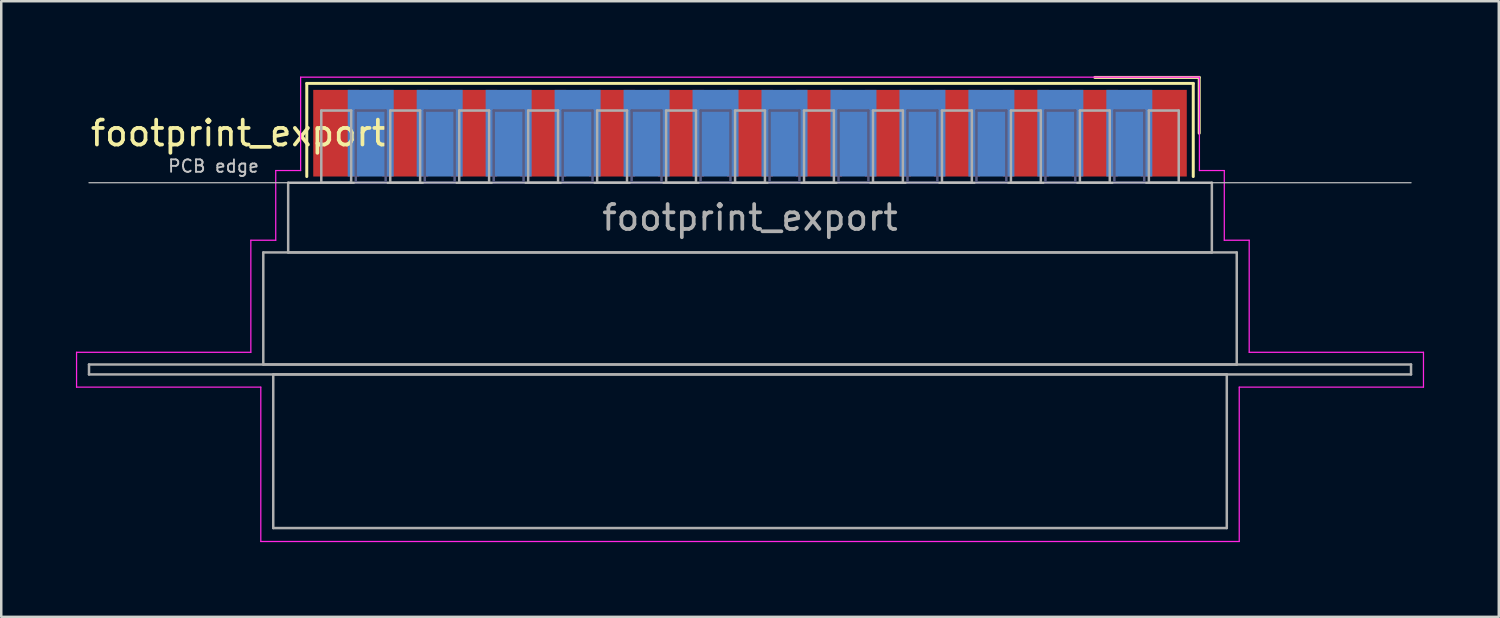
<source format=kicad_pcb>
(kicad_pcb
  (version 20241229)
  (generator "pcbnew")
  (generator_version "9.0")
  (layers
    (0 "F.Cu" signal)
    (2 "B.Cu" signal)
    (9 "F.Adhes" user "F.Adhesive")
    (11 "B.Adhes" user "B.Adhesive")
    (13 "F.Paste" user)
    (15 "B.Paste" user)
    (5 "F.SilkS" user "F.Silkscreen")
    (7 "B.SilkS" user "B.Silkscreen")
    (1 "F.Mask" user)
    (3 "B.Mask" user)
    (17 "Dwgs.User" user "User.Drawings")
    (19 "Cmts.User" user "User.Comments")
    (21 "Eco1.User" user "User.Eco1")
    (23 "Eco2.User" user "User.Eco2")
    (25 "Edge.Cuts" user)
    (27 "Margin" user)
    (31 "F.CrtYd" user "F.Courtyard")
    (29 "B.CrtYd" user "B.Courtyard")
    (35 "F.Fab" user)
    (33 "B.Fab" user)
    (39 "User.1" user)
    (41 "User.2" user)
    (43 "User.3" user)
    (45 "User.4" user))
  (footprint "footprint_export"
    (layer "F.Cu")
    (at 27.075 2.3)
    (property "Reference" "footprint_export" (at -20.543 0 0) (layer "F.SilkS") (effects (font (size 1 1) (thickness 0.15))))
    (attr smd)
    (fp_line (start -17.803 -2) (end -17.803 1.74) (stroke (width 0.12) (type solid)) (layer "F.SilkS"))
    (fp_line (start 17.803 -2) (end -17.803 -2) (stroke (width 0.12) (type solid)) (layer "F.SilkS"))
    (fp_line (start 17.803 1.74) (end 17.803 -2) (stroke (width 0.12) (type solid)) (layer "F.SilkS"))
    (fp_line (start 18.043 -2.24) (end 13.85 -2.24) (stroke (width 0.12) (type solid)) (layer "F.SilkS"))
    (fp_line (start 18.043 0) (end 18.043 -2.24) (stroke (width 0.12) (type solid)) (layer "F.SilkS"))
    (fp_line (start -26.55 1.99) (end 26.55 1.99) (stroke (width 0.05) (type solid)) (layer "Dwgs.User"))
    (fp_line (start -27.05 8.8) (end -20.05 8.8) (stroke (width 0.05) (type solid)) (layer "F.CrtYd"))
    (fp_line (start -27.05 10.2) (end -27.05 8.8) (stroke (width 0.05) (type solid)) (layer "F.CrtYd"))
    (fp_line (start -20.05 4.3) (end -19.05 4.3) (stroke (width 0.05) (type solid)) (layer "F.CrtYd"))
    (fp_line (start -20.05 8.8) (end -20.05 4.3) (stroke (width 0.05) (type solid)) (layer "F.CrtYd"))
    (fp_line (start -19.65 10.2) (end -27.05 10.2) (stroke (width 0.05) (type solid)) (layer "F.CrtYd"))
    (fp_line (start -19.65 16.4) (end -19.65 10.2) (stroke (width 0.05) (type solid)) (layer "F.CrtYd"))
    (fp_line (start -19.05 1.5) (end -18.05 1.5) (stroke (width 0.05) (type solid)) (layer "F.CrtYd"))
    (fp_line (start -19.05 4.3) (end -19.05 1.5) (stroke (width 0.05) (type solid)) (layer "F.CrtYd"))
    (fp_line (start -18.05 -2.25) (end 18.05 -2.25) (stroke (width 0.05) (type solid)) (layer "F.CrtYd"))
    (fp_line (start -18.05 1.5) (end -18.05 -2.25) (stroke (width 0.05) (type solid)) (layer "F.CrtYd"))
    (fp_line (start 18.05 -2.25) (end 18.05 1.5) (stroke (width 0.05) (type solid)) (layer "F.CrtYd"))
    (fp_line (start 18.05 1.5) (end 19.05 1.5) (stroke (width 0.05) (type solid)) (layer "F.CrtYd"))
    (fp_line (start 19.05 1.5) (end 19.05 4.3) (stroke (width 0.05) (type solid)) (layer "F.CrtYd"))
    (fp_line (start 19.05 4.3) (end 20.05 4.3) (stroke (width 0.05) (type solid)) (layer "F.CrtYd"))
    (fp_line (start 19.65 10.2) (end 19.65 16.4) (stroke (width 0.05) (type solid)) (layer "F.CrtYd"))
    (fp_line (start 19.65 16.4) (end -19.65 16.4) (stroke (width 0.05) (type solid)) (layer "F.CrtYd"))
    (fp_line (start 20.05 4.3) (end 20.05 8.8) (stroke (width 0.05) (type solid)) (layer "F.CrtYd"))
    (fp_line (start 20.05 8.8) (end 27.05 8.8) (stroke (width 0.05) (type solid)) (layer "F.CrtYd"))
    (fp_line (start 27.05 8.8) (end 27.05 10.2) (stroke (width 0.05) (type solid)) (layer "F.CrtYd"))
    (fp_line (start 27.05 10.2) (end 19.65 10.2) (stroke (width 0.05) (type solid)) (layer "F.CrtYd"))
    (fp_line (start -15.835 -0.91) (end -15.835 1.99) (stroke (width 0.1) (type solid)) (layer "B.Fab"))
    (fp_line (start -15.835 1.99) (end -14.635 1.99) (stroke (width 0.1) (type solid)) (layer "B.Fab"))
    (fp_line (start -14.635 -0.91) (end -15.835 -0.91) (stroke (width 0.1) (type solid)) (layer "B.Fab"))
    (fp_line (start -14.635 1.99) (end -14.635 -0.91) (stroke (width 0.1) (type solid)) (layer "B.Fab"))
    (fp_line (start -13.065 -0.91) (end -13.065 1.99) (stroke (width 0.1) (type solid)) (layer "B.Fab"))
    (fp_line (start -13.065 1.99) (end -11.865 1.99) (stroke (width 0.1) (type solid)) (layer "B.Fab"))
    (fp_line (start -11.865 -0.91) (end -13.065 -0.91) (stroke (width 0.1) (type solid)) (layer "B.Fab"))
    (fp_line (start -11.865 1.99) (end -11.865 -0.91) (stroke (width 0.1) (type solid)) (layer "B.Fab"))
    (fp_line (start -10.295 -0.91) (end -10.295 1.99) (stroke (width 0.1) (type solid)) (layer "B.Fab"))
    (fp_line (start -10.295 1.99) (end -9.095 1.99) (stroke (width 0.1) (type solid)) (layer "B.Fab"))
    (fp_line (start -9.095 -0.91) (end -10.295 -0.91) (stroke (width 0.1) (type solid)) (layer "B.Fab"))
    (fp_line (start -9.095 1.99) (end -9.095 -0.91) (stroke (width 0.1) (type solid)) (layer "B.Fab"))
    (fp_line (start -7.525 -0.91) (end -7.525 1.99) (stroke (width 0.1) (type solid)) (layer "B.Fab"))
    (fp_line (start -7.525 1.99) (end -6.325 1.99) (stroke (width 0.1) (type solid)) (layer "B.Fab"))
    (fp_line (start -6.325 -0.91) (end -7.525 -0.91) (stroke (width 0.1) (type solid)) (layer "B.Fab"))
    (fp_line (start -6.325 1.99) (end -6.325 -0.91) (stroke (width 0.1) (type solid)) (layer "B.Fab"))
    (fp_line (start -4.755 -0.91) (end -4.755 1.99) (stroke (width 0.1) (type solid)) (layer "B.Fab"))
    (fp_line (start -4.755 1.99) (end -3.555 1.99) (stroke (width 0.1) (type solid)) (layer "B.Fab"))
    (fp_line (start -3.555 -0.91) (end -4.755 -0.91) (stroke (width 0.1) (type solid)) (layer "B.Fab"))
    (fp_line (start -3.555 1.99) (end -3.555 -0.91) (stroke (width 0.1) (type solid)) (layer "B.Fab"))
    (fp_line (start -1.985 -0.91) (end -1.985 1.99) (stroke (width 0.1) (type solid)) (layer "B.Fab"))
    (fp_line (start -1.985 1.99) (end -0.785 1.99) (stroke (width 0.1) (type solid)) (layer "B.Fab"))
    (fp_line (start -0.785 -0.91) (end -1.985 -0.91) (stroke (width 0.1) (type solid)) (layer "B.Fab"))
    (fp_line (start -0.785 1.99) (end -0.785 -0.91) (stroke (width 0.1) (type solid)) (layer "B.Fab"))
    (fp_line (start 0.785 -0.91) (end 0.785 1.99) (stroke (width 0.1) (type solid)) (layer "B.Fab"))
    (fp_line (start 0.785 1.99) (end 1.985 1.99) (stroke (width 0.1) (type solid)) (layer "B.Fab"))
    (fp_line (start 1.985 -0.91) (end 0.785 -0.91) (stroke (width 0.1) (type solid)) (layer "B.Fab"))
    (fp_line (start 1.985 1.99) (end 1.985 -0.91) (stroke (width 0.1) (type solid)) (layer "B.Fab"))
    (fp_line (start 3.555 -0.91) (end 3.555 1.99) (stroke (width 0.1) (type solid)) (layer "B.Fab"))
    (fp_line (start 3.555 1.99) (end 4.755 1.99) (stroke (width 0.1) (type solid)) (layer "B.Fab"))
    (fp_line (start 4.755 -0.91) (end 3.555 -0.91) (stroke (width 0.1) (type solid)) (layer "B.Fab"))
    (fp_line (start 4.755 1.99) (end 4.755 -0.91) (stroke (width 0.1) (type solid)) (layer "B.Fab"))
    (fp_line (start 6.325 -0.91) (end 6.325 1.99) (stroke (width 0.1) (type solid)) (layer "B.Fab"))
    (fp_line (start 6.325 1.99) (end 7.525 1.99) (stroke (width 0.1) (type solid)) (layer "B.Fab"))
    (fp_line (start 7.525 -0.91) (end 6.325 -0.91) (stroke (width 0.1) (type solid)) (layer "B.Fab"))
    (fp_line (start 7.525 1.99) (end 7.525 -0.91) (stroke (width 0.1) (type solid)) (layer "B.Fab"))
    (fp_line (start 9.095 -0.91) (end 9.095 1.99) (stroke (width 0.1) (type solid)) (layer "B.Fab"))
    (fp_line (start 9.095 1.99) (end 10.295 1.99) (stroke (width 0.1) (type solid)) (layer "B.Fab"))
    (fp_line (start 10.295 -0.91) (end 9.095 -0.91) (stroke (width 0.1) (type solid)) (layer "B.Fab"))
    (fp_line (start 10.295 1.99) (end 10.295 -0.91) (stroke (width 0.1) (type solid)) (layer "B.Fab"))
    (fp_line (start 11.865 -0.91) (end 11.865 1.99) (stroke (width 0.1) (type solid)) (layer "B.Fab"))
    (fp_line (start 11.865 1.99) (end 13.065 1.99) (stroke (width 0.1) (type solid)) (layer "B.Fab"))
    (fp_line (start 13.065 -0.91) (end 11.865 -0.91) (stroke (width 0.1) (type solid)) (layer "B.Fab"))
    (fp_line (start 13.065 1.99) (end 13.065 -0.91) (stroke (width 0.1) (type solid)) (layer "B.Fab"))
    (fp_line (start 14.635 -0.91) (end 14.635 1.99) (stroke (width 0.1) (type solid)) (layer "B.Fab"))
    (fp_line (start 14.635 1.99) (end 15.835 1.99) (stroke (width 0.1) (type solid)) (layer "B.Fab"))
    (fp_line (start 15.835 -0.91) (end 14.635 -0.91) (stroke (width 0.1) (type solid)) (layer "B.Fab"))
    (fp_line (start 15.835 1.99) (end 15.835 -0.91) (stroke (width 0.1) (type solid)) (layer "B.Fab"))
    (fp_line (start -26.55 9.29) (end -26.55 9.69) (stroke (width 0.1) (type solid)) (layer "F.Fab"))
    (fp_line (start -26.55 9.69) (end 26.55 9.69) (stroke (width 0.1) (type solid)) (layer "F.Fab"))
    (fp_line (start -19.55 4.79) (end -19.55 9.29) (stroke (width 0.1) (type solid)) (layer "F.Fab"))
    (fp_line (start -19.55 9.29) (end 19.55 9.29) (stroke (width 0.1) (type solid)) (layer "F.Fab"))
    (fp_line (start -19.15 9.69) (end -19.15 15.86) (stroke (width 0.1) (type solid)) (layer "F.Fab"))
    (fp_line (start -19.15 15.86) (end 19.15 15.86) (stroke (width 0.1) (type solid)) (layer "F.Fab"))
    (fp_line (start -18.55 1.99) (end -18.55 4.79) (stroke (width 0.1) (type solid)) (layer "F.Fab"))
    (fp_line (start -18.55 4.79) (end 18.55 4.79) (stroke (width 0.1) (type solid)) (layer "F.Fab"))
    (fp_line (start -17.22 -0.91) (end -17.22 1.99) (stroke (width 0.1) (type solid)) (layer "F.Fab"))
    (fp_line (start -17.22 1.99) (end -16.02 1.99) (stroke (width 0.1) (type solid)) (layer "F.Fab"))
    (fp_line (start -16.02 -0.91) (end -17.22 -0.91) (stroke (width 0.1) (type solid)) (layer "F.Fab"))
    (fp_line (start -16.02 1.99) (end -16.02 -0.91) (stroke (width 0.1) (type solid)) (layer "F.Fab"))
    (fp_line (start -14.45 -0.91) (end -14.45 1.99) (stroke (width 0.1) (type solid)) (layer "F.Fab"))
    (fp_line (start -14.45 1.99) (end -13.25 1.99) (stroke (width 0.1) (type solid)) (layer "F.Fab"))
    (fp_line (start -13.25 -0.91) (end -14.45 -0.91) (stroke (width 0.1) (type solid)) (layer "F.Fab"))
    (fp_line (start -13.25 1.99) (end -13.25 -0.91) (stroke (width 0.1) (type solid)) (layer "F.Fab"))
    (fp_line (start -11.68 -0.91) (end -11.68 1.99) (stroke (width 0.1) (type solid)) (layer "F.Fab"))
    (fp_line (start -11.68 1.99) (end -10.48 1.99) (stroke (width 0.1) (type solid)) (layer "F.Fab"))
    (fp_line (start -10.48 -0.91) (end -11.68 -0.91) (stroke (width 0.1) (type solid)) (layer "F.Fab"))
    (fp_line (start -10.48 1.99) (end -10.48 -0.91) (stroke (width 0.1) (type solid)) (layer "F.Fab"))
    (fp_line (start -8.91 -0.91) (end -8.91 1.99) (stroke (width 0.1) (type solid)) (layer "F.Fab"))
    (fp_line (start -8.91 1.99) (end -7.71 1.99) (stroke (width 0.1) (type solid)) (layer "F.Fab"))
    (fp_line (start -7.71 -0.91) (end -8.91 -0.91) (stroke (width 0.1) (type solid)) (layer "F.Fab"))
    (fp_line (start -7.71 1.99) (end -7.71 -0.91) (stroke (width 0.1) (type solid)) (layer "F.Fab"))
    (fp_line (start -6.14 -0.91) (end -6.14 1.99) (stroke (width 0.1) (type solid)) (layer "F.Fab"))
    (fp_line (start -6.14 1.99) (end -4.94 1.99) (stroke (width 0.1) (type solid)) (layer "F.Fab"))
    (fp_line (start -4.94 -0.91) (end -6.14 -0.91) (stroke (width 0.1) (type solid)) (layer "F.Fab"))
    (fp_line (start -4.94 1.99) (end -4.94 -0.91) (stroke (width 0.1) (type solid)) (layer "F.Fab"))
    (fp_line (start -3.37 -0.91) (end -3.37 1.99) (stroke (width 0.1) (type solid)) (layer "F.Fab"))
    (fp_line (start -3.37 1.99) (end -2.17 1.99) (stroke (width 0.1) (type solid)) (layer "F.Fab"))
    (fp_line (start -2.17 -0.91) (end -3.37 -0.91) (stroke (width 0.1) (type solid)) (layer "F.Fab"))
    (fp_line (start -2.17 1.99) (end -2.17 -0.91) (stroke (width 0.1) (type solid)) (layer "F.Fab"))
    (fp_line (start -0.6 -0.91) (end -0.6 1.99) (stroke (width 0.1) (type solid)) (layer "F.Fab"))
    (fp_line (start -0.6 1.99) (end 0.6 1.99) (stroke (width 0.1) (type solid)) (layer "F.Fab"))
    (fp_line (start 0.6 -0.91) (end -0.6 -0.91) (stroke (width 0.1) (type solid)) (layer "F.Fab"))
    (fp_line (start 0.6 1.99) (end 0.6 -0.91) (stroke (width 0.1) (type solid)) (layer "F.Fab"))
    (fp_line (start 2.17 -0.91) (end 2.17 1.99) (stroke (width 0.1) (type solid)) (layer "F.Fab"))
    (fp_line (start 2.17 1.99) (end 3.37 1.99) (stroke (width 0.1) (type solid)) (layer "F.Fab"))
    (fp_line (start 3.37 -0.91) (end 2.17 -0.91) (stroke (width 0.1) (type solid)) (layer "F.Fab"))
    (fp_line (start 3.37 1.99) (end 3.37 -0.91) (stroke (width 0.1) (type solid)) (layer "F.Fab"))
    (fp_line (start 4.94 -0.91) (end 4.94 1.99) (stroke (width 0.1) (type solid)) (layer "F.Fab"))
    (fp_line (start 4.94 1.99) (end 6.14 1.99) (stroke (width 0.1) (type solid)) (layer "F.Fab"))
    (fp_line (start 6.14 -0.91) (end 4.94 -0.91) (stroke (width 0.1) (type solid)) (layer "F.Fab"))
    (fp_line (start 6.14 1.99) (end 6.14 -0.91) (stroke (width 0.1) (type solid)) (layer "F.Fab"))
    (fp_line (start 7.71 -0.91) (end 7.71 1.99) (stroke (width 0.1) (type solid)) (layer "F.Fab"))
    (fp_line (start 7.71 1.99) (end 8.91 1.99) (stroke (width 0.1) (type solid)) (layer "F.Fab"))
    (fp_line (start 8.91 -0.91) (end 7.71 -0.91) (stroke (width 0.1) (type solid)) (layer "F.Fab"))
    (fp_line (start 8.91 1.99) (end 8.91 -0.91) (stroke (width 0.1) (type solid)) (layer "F.Fab"))
    (fp_line (start 10.48 -0.91) (end 10.48 1.99) (stroke (width 0.1) (type solid)) (layer "F.Fab"))
    (fp_line (start 10.48 1.99) (end 11.68 1.99) (stroke (width 0.1) (type solid)) (layer "F.Fab"))
    (fp_line (start 11.68 -0.91) (end 10.48 -0.91) (stroke (width 0.1) (type solid)) (layer "F.Fab"))
    (fp_line (start 11.68 1.99) (end 11.68 -0.91) (stroke (width 0.1) (type solid)) (layer "F.Fab"))
    (fp_line (start 13.25 -0.91) (end 13.25 1.99) (stroke (width 0.1) (type solid)) (layer "F.Fab"))
    (fp_line (start 13.25 1.99) (end 14.45 1.99) (stroke (width 0.1) (type solid)) (layer "F.Fab"))
    (fp_line (start 14.45 -0.91) (end 13.25 -0.91) (stroke (width 0.1) (type solid)) (layer "F.Fab"))
    (fp_line (start 14.45 1.99) (end 14.45 -0.91) (stroke (width 0.1) (type solid)) (layer "F.Fab"))
    (fp_line (start 16.02 -0.91) (end 16.02 1.99) (stroke (width 0.1) (type solid)) (layer "F.Fab"))
    (fp_line (start 16.02 1.99) (end 17.22 1.99) (stroke (width 0.1) (type solid)) (layer "F.Fab"))
    (fp_line (start 17.22 -0.91) (end 16.02 -0.91) (stroke (width 0.1) (type solid)) (layer "F.Fab"))
    (fp_line (start 17.22 1.99) (end 17.22 -0.91) (stroke (width 0.1) (type solid)) (layer "F.Fab"))
    (fp_line (start 18.55 1.99) (end -18.55 1.99) (stroke (width 0.1) (type solid)) (layer "F.Fab"))
    (fp_line (start 18.55 4.79) (end 18.55 1.99) (stroke (width 0.1) (type solid)) (layer "F.Fab"))
    (fp_line (start 19.15 9.69) (end -19.15 9.69) (stroke (width 0.1) (type solid)) (layer "F.Fab"))
    (fp_line (start 19.15 15.86) (end 19.15 9.69) (stroke (width 0.1) (type solid)) (layer "F.Fab"))
    (fp_line (start 19.55 4.79) (end -19.55 4.79) (stroke (width 0.1) (type solid)) (layer "F.Fab"))
    (fp_line (start 19.55 9.29) (end 19.55 4.79) (stroke (width 0.1) (type solid)) (layer "F.Fab"))
    (fp_line (start 26.55 9.29) (end -26.55 9.29) (stroke (width 0.1) (type solid)) (layer "F.Fab"))
    (fp_line (start 26.55 9.69) (end 26.55 9.29) (stroke (width 0.1) (type solid)) (layer "F.Fab"))
    (fp_text user "PCB edge" (at -21.55 1.323 0) (layer "Dwgs.User") (effects (font (size 0.5 0.5) (thickness 0.075))))
    (fp_text user "${REFERENCE}" (at 0 3.39 0) (layer "F.Fab") (effects (font (size 1 1) (thickness 0.15))))
    (pad "1" smd rect (at 16.62 0) (size 1.847 3.48) (layers "F.Cu" "F.Mask" "F.Paste"))
    (pad "2" smd rect (at 13.85 0) (size 1.847 3.48) (layers "F.Cu" "F.Mask" "F.Paste"))
    (pad "3" smd rect (at 11.08 0) (size 1.847 3.48) (layers "F.Cu" "F.Mask" "F.Paste"))
    (pad "4" smd rect (at 8.31 0) (size 1.847 3.48) (layers "F.Cu" "F.Mask" "F.Paste"))
    (pad "5" smd rect (at 5.54 0) (size 1.847 3.48) (layers "F.Cu" "F.Mask" "F.Paste"))
    (pad "6" smd rect (at 2.77 0) (size 1.847 3.48) (layers "F.Cu" "F.Mask" "F.Paste"))
    (pad "7" smd rect (at 0 0) (size 1.847 3.48) (layers "F.Cu" "F.Mask" "F.Paste"))
    (pad "8" smd rect (at -2.77 0) (size 1.847 3.48) (layers "F.Cu" "F.Mask" "F.Paste"))
    (pad "9" smd rect (at -5.54 0) (size 1.847 3.48) (layers "F.Cu" "F.Mask" "F.Paste"))
    (pad "10" smd rect (at -8.31 0) (size 1.847 3.48) (layers "F.Cu" "F.Mask" "F.Paste"))
    (pad "11" smd rect (at -11.08 0) (size 1.847 3.48) (layers "F.Cu" "F.Mask" "F.Paste"))
    (pad "12" smd rect (at -13.85 0) (size 1.847 3.48) (layers "F.Cu" "F.Mask" "F.Paste"))
    (pad "13" smd rect (at -16.62 0) (size 1.847 3.48) (layers "F.Cu" "F.Mask" "F.Paste"))
    (pad "14" smd rect (at 15.235 0) (size 1.847 3.48) (layers "B.Cu" "B.Mask" "B.Paste"))
    (pad "15" smd rect (at 12.465 0) (size 1.847 3.48) (layers "B.Cu" "B.Mask" "B.Paste"))
    (pad "16" smd rect (at 9.695 0) (size 1.847 3.48) (layers "B.Cu" "B.Mask" "B.Paste"))
    (pad "17" smd rect (at 6.925 0) (size 1.847 3.48) (layers "B.Cu" "B.Mask" "B.Paste"))
    (pad "18" smd rect (at 4.155 0) (size 1.847 3.48) (layers "B.Cu" "B.Mask" "B.Paste"))
    (pad "19" smd rect (at 1.385 0) (size 1.847 3.48) (layers "B.Cu" "B.Mask" "B.Paste"))
    (pad "20" smd rect (at -1.385 0) (size 1.847 3.48) (layers "B.Cu" "B.Mask" "B.Paste"))
    (pad "21" smd rect (at -4.155 0) (size 1.847 3.48) (layers "B.Cu" "B.Mask" "B.Paste"))
    (pad "22" smd rect (at -6.925 0) (size 1.847 3.48) (layers "B.Cu" "B.Mask" "B.Paste"))
    (pad "23" smd rect (at -9.695 0) (size 1.847 3.48) (layers "B.Cu" "B.Mask" "B.Paste"))
    (pad "24" smd rect (at -12.465 0) (size 1.847 3.48) (layers "B.Cu" "B.Mask" "B.Paste"))
    (pad "25" smd rect (at -15.235 0) (size 1.847 3.48) (layers "B.Cu" "B.Mask" "B.Paste")))
  (gr_rect
    (start -3 -3)
    (end 57.15 21.725)
    (stroke (width 0.1) (type default))
    (fill no)
    (layer "Edge.Cuts")))
</source>
